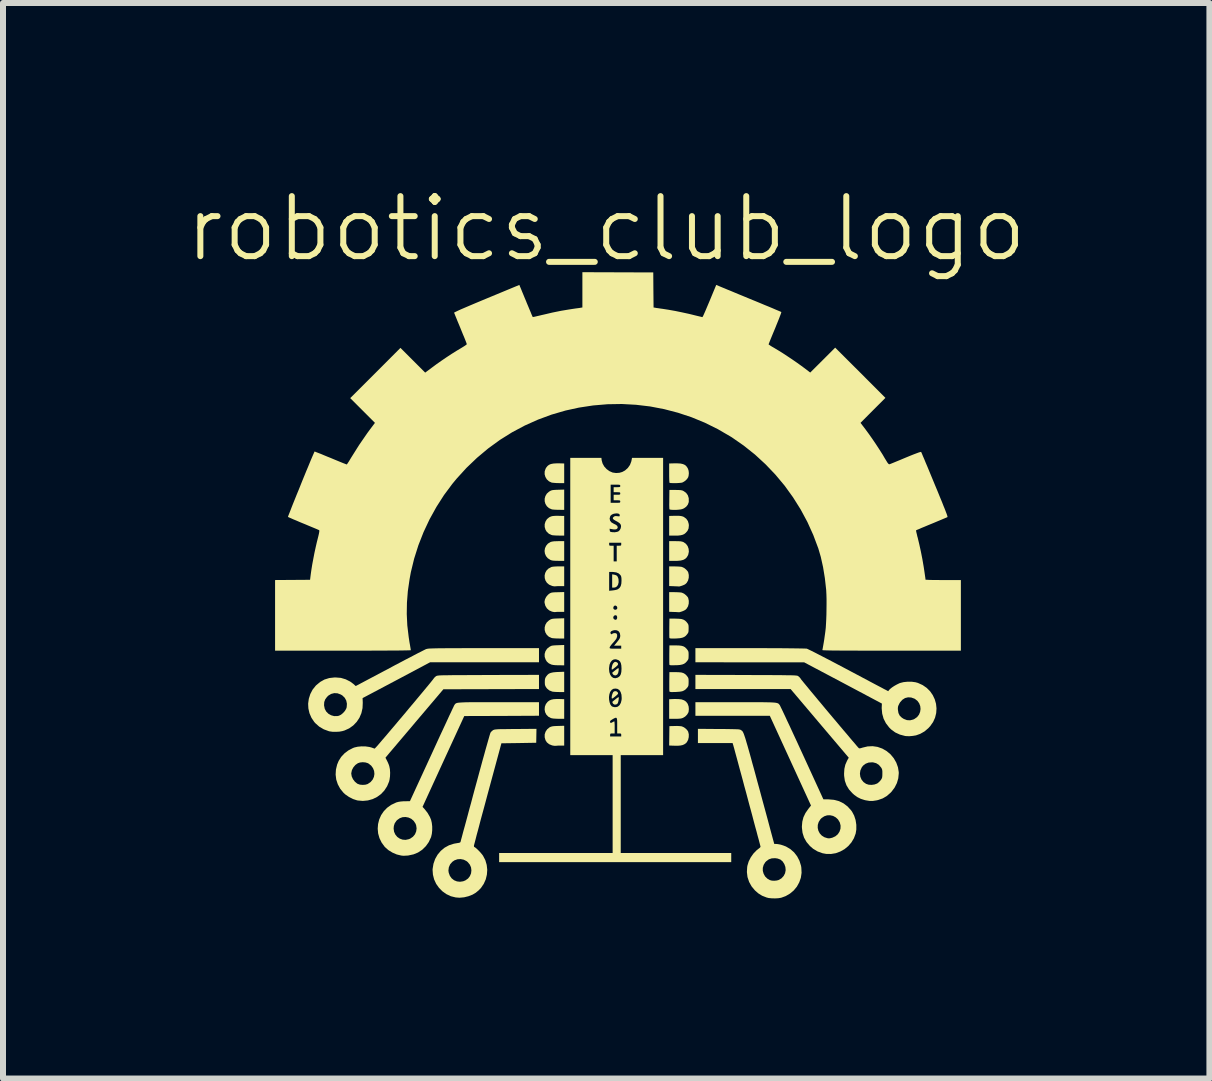
<source format=kicad_pcb>
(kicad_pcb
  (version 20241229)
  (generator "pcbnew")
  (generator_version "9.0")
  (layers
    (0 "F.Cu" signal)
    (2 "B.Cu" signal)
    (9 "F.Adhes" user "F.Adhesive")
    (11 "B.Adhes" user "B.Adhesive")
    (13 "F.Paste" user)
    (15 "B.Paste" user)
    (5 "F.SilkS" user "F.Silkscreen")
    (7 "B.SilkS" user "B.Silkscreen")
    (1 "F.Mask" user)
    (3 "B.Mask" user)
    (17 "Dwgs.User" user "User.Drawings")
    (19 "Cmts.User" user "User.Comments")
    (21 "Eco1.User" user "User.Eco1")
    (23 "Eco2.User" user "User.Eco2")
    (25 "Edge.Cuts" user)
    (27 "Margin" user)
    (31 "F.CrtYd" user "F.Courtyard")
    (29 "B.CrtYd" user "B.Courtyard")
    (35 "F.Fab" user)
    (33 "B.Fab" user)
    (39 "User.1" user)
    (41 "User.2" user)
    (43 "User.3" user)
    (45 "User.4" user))
  (footprint "robotics_club_logo"
    (layer "F.Cu")
    (at 7.35 6.66)
    (property "Reference" "robotics_club_logo" (at -0.3 -5.9 0) (unlocked yes) (layer "F.SilkS") (effects (font (size 1 1) (thickness 0.1))))
    (attr smd)
    (fp_poly (pts (xy -0.165 -0.135) (xy -0.132 -0.125) (xy -0.111 -0.105) (xy -0.098 -0.072) (xy -0.095 -0.058) (xy -0.093 -0.01) (xy -0.102 0.029) (xy -0.12 0.059) (xy -0.147 0.076) (xy -0.171 0.08) (xy -0.201 0.08) (xy -0.201 -0.03) (xy -0.201 -0.141)) (stroke (width 0) (type solid)) (fill yes) (layer "F.SilkS"))
    (fp_poly (pts (xy -0.132 1.807) (xy -0.114 1.819) (xy -0.104 1.833) (xy -0.102 1.845) (xy -0.111 1.859) (xy -0.131 1.878) (xy -0.147 1.891) (xy -0.176 1.914) (xy -0.194 1.926) (xy -0.204 1.928) (xy -0.209 1.92) (xy -0.209 1.911) (xy -0.206 1.882) (xy -0.197 1.852) (xy -0.186 1.826) (xy -0.179 1.816) (xy -0.157 1.805)) (stroke (width 0) (type solid)) (fill yes) (layer "F.SilkS"))
    (fp_poly (pts (xy -0.118 1.327) (xy -0.116 1.329) (xy -0.103 1.345) (xy -0.103 1.361) (xy -0.116 1.38) (xy -0.143 1.403) (xy -0.144 1.404) (xy -0.175 1.428) (xy -0.194 1.442) (xy -0.205 1.446) (xy -0.209 1.44) (xy -0.209 1.424) (xy -0.207 1.408) (xy -0.198 1.368) (xy -0.182 1.339) (xy -0.163 1.321) (xy -0.141 1.317)) (stroke (width 0) (type solid)) (fill yes) (layer "F.SilkS"))
    (fp_poly (pts (xy -0.091 1.912) (xy -0.091 1.93) (xy -0.094 1.955) (xy -0.099 1.98) (xy -0.106 2.002) (xy -0.113 2.014) (xy -0.135 2.028) (xy -0.161 2.029) (xy -0.183 2.017) (xy -0.189 2.009) (xy -0.197 1.992) (xy -0.196 1.981) (xy -0.165 1.956) (xy -0.137 1.933) (xy -0.114 1.916) (xy -0.099 1.906) (xy -0.096 1.904)) (stroke (width 0) (type solid)) (fill yes) (layer "F.SilkS"))
    (fp_poly (pts (xy -0.092 1.429) (xy -0.092 1.447) (xy -0.093 1.462) (xy -0.101 1.503) (xy -0.117 1.53) (xy -0.14 1.542) (xy -0.152 1.543) (xy -0.176 1.536) (xy -0.189 1.522) (xy -0.198 1.506) (xy -0.2 1.498) (xy -0.2 1.498) (xy -0.192 1.492) (xy -0.175 1.478) (xy -0.155 1.462) (xy -0.125 1.438) (xy -0.106 1.425) (xy -0.096 1.422)) (stroke (width 0) (type solid)) (fill yes) (layer "F.SilkS"))
    (fp_poly (pts (xy -1.082 1.936) (xy -1 1.939) (xy -1 2.103) (xy -1 2.266) (xy -1.094 2.266) (xy -1.145 2.264) (xy -1.186 2.261) (xy -1.216 2.255) (xy -1.221 2.254) (xy -1.265 2.23) (xy -1.297 2.197) (xy -1.318 2.156) (xy -1.326 2.111) (xy -1.322 2.064) (xy -1.305 2.02) (xy -1.277 1.984) (xy -1.249 1.962) (xy -1.217 1.948) (xy -1.177 1.939) (xy -1.126 1.936)) (stroke (width 0) (type solid)) (fill yes) (layer "F.SilkS"))
    (fp_poly (pts (xy -1.069 -1.99) (xy -1 -1.988) (xy -1 -1.824) (xy -1 -1.66) (xy -1.09 -1.661) (xy -1.131 -1.662) (xy -1.168 -1.665) (xy -1.198 -1.668) (xy -1.21 -1.67) (xy -1.254 -1.691) (xy -1.289 -1.723) (xy -1.313 -1.763) (xy -1.326 -1.808) (xy -1.325 -1.856) (xy -1.31 -1.901) (xy -1.299 -1.92) (xy -1.277 -1.947) (xy -1.252 -1.966) (xy -1.221 -1.979) (xy -1.18 -1.987) (xy -1.129 -1.99)) (stroke (width 0) (type solid)) (fill yes) (layer "F.SilkS"))
    (fp_poly (pts (xy 0.898 -0.693) (xy 0.931 -0.692) (xy 0.955 -0.688) (xy 0.975 -0.683) (xy 0.991 -0.676) (xy 1.029 -0.649) (xy 1.057 -0.611) (xy 1.073 -0.566) (xy 1.077 -0.518) (xy 1.067 -0.47) (xy 1.061 -0.456) (xy 1.041 -0.423) (xy 1.016 -0.399) (xy 0.984 -0.382) (xy 0.941 -0.371) (xy 0.886 -0.366) (xy 0.845 -0.366) (xy 0.749 -0.366) (xy 0.749 -0.53) (xy 0.749 -0.694) (xy 0.852 -0.694)) (stroke (width 0) (type solid)) (fill yes) (layer "F.SilkS"))
    (fp_poly (pts (xy -1 -0.53) (xy -1 -0.366) (xy -1.099 -0.366) (xy -1.146 -0.367) (xy -1.181 -0.369) (xy -1.206 -0.373) (xy -1.226 -0.38) (xy -1.231 -0.382) (xy -1.273 -0.409) (xy -1.303 -0.445) (xy -1.321 -0.487) (xy -1.327 -0.531) (xy -1.32 -0.576) (xy -1.301 -0.617) (xy -1.271 -0.653) (xy -1.228 -0.679) (xy -1.225 -0.681) (xy -1.2 -0.687) (xy -1.165 -0.692) (xy -1.116 -0.693) (xy -1.097 -0.694) (xy -1 -0.694)) (stroke (width 0) (type solid)) (fill yes) (layer "F.SilkS"))
    (fp_poly (pts (xy -1 1.206) (xy -1 1.375) (xy -1.09 1.374) (xy -1.14 1.373) (xy -1.181 1.369) (xy -1.211 1.363) (xy -1.214 1.362) (xy -1.256 1.342) (xy -1.288 1.314) (xy -1.308 1.282) (xy -1.325 1.234) (xy -1.326 1.186) (xy -1.312 1.139) (xy -1.285 1.098) (xy -1.248 1.068) (xy -1.23 1.058) (xy -1.214 1.05) (xy -1.195 1.046) (xy -1.169 1.043) (xy -1.134 1.041) (xy -1.104 1.04) (xy -1 1.036)) (stroke (width 0) (type solid)) (fill yes) (layer "F.SilkS"))
    (fp_poly (pts (xy 0.903 1.937) (xy 0.956 1.943) (xy 0.998 1.958) (xy 1.03 1.98) (xy 1.055 2.012) (xy 1.06 2.023) (xy 1.073 2.06) (xy 1.077 2.104) (xy 1.073 2.146) (xy 1.068 2.162) (xy 1.047 2.197) (xy 1.015 2.229) (xy 0.98 2.25) (xy 0.961 2.257) (xy 0.937 2.262) (xy 0.905 2.265) (xy 0.861 2.266) (xy 0.848 2.266) (xy 0.749 2.266) (xy 0.749 2.103) (xy 0.749 1.94) (xy 0.835 1.936)) (stroke (width 0) (type solid)) (fill yes) (layer "F.SilkS"))
    (fp_poly (pts (xy -1.097 -1.116) (xy -1.073 -1.115) (xy -1 -1.114) (xy -1 -0.95) (xy -1 -0.786) (xy -1.09 -0.787) (xy -1.131 -0.788) (xy -1.168 -0.79) (xy -1.198 -0.793) (xy -1.21 -0.796) (xy -1.255 -0.817) (xy -1.292 -0.852) (xy -1.311 -0.883) (xy -1.325 -0.93) (xy -1.325 -0.977) (xy -1.311 -1.022) (xy -1.286 -1.062) (xy -1.25 -1.091) (xy -1.24 -1.096) (xy -1.22 -1.105) (xy -1.199 -1.111) (xy -1.174 -1.114) (xy -1.142 -1.116)) (stroke (width 0) (type solid)) (fill yes) (layer "F.SilkS"))
    (fp_poly (pts (xy -1 -1.384) (xy -1 -1.215) (xy -1.09 -1.216) (xy -1.131 -1.217) (xy -1.168 -1.219) (xy -1.198 -1.222) (xy -1.21 -1.225) (xy -1.255 -1.245) (xy -1.289 -1.276) (xy -1.313 -1.315) (xy -1.325 -1.358) (xy -1.325 -1.403) (xy -1.313 -1.446) (xy -1.289 -1.486) (xy -1.252 -1.519) (xy -1.248 -1.521) (xy -1.23 -1.532) (xy -1.214 -1.539) (xy -1.195 -1.544) (xy -1.169 -1.547) (xy -1.134 -1.549) (xy -1.104 -1.55) (xy -1 -1.553)) (stroke (width 0) (type solid)) (fill yes) (layer "F.SilkS"))
    (fp_poly (pts (xy -1 0.76) (xy -1 0.929) (xy -1.09 0.928) (xy -1.131 0.927) (xy -1.168 0.925) (xy -1.198 0.922) (xy -1.21 0.919) (xy -1.255 0.899) (xy -1.289 0.868) (xy -1.313 0.829) (xy -1.325 0.786) (xy -1.325 0.741) (xy -1.313 0.698) (xy -1.289 0.658) (xy -1.252 0.625) (xy -1.248 0.623) (xy -1.23 0.612) (xy -1.214 0.605) (xy -1.195 0.6) (xy -1.169 0.597) (xy -1.134 0.595) (xy -1.104 0.594) (xy -1 0.591)) (stroke (width 0) (type solid)) (fill yes) (layer "F.SilkS"))
    (fp_poly (pts (xy 0.914 -1.116) (xy 0.943 -1.113) (xy 0.966 -1.108) (xy 0.985 -1.101) (xy 0.992 -1.098) (xy 1.033 -1.068) (xy 1.061 -1.028) (xy 1.075 -0.98) (xy 1.077 -0.954) (xy 1.072 -0.905) (xy 1.054 -0.865) (xy 1.024 -0.831) (xy 1 -0.812) (xy 0.973 -0.8) (xy 0.941 -0.792) (xy 0.899 -0.787) (xy 0.844 -0.786) (xy 0.84 -0.786) (xy 0.749 -0.786) (xy 0.749 -0.95) (xy 0.749 -1.114) (xy 0.823 -1.116) (xy 0.875 -1.116)) (stroke (width 0) (type solid)) (fill yes) (layer "F.SilkS"))
    (fp_poly (pts (xy 0.918 2.387) (xy 0.948 2.39) (xy 0.96 2.392) (xy 0.996 2.408) (xy 1.03 2.434) (xy 1.057 2.465) (xy 1.066 2.482) (xy 1.076 2.524) (xy 1.075 2.571) (xy 1.065 2.615) (xy 1.045 2.653) (xy 1.03 2.671) (xy 1.003 2.69) (xy 0.974 2.703) (xy 0.937 2.711) (xy 0.891 2.715) (xy 0.832 2.714) (xy 0.823 2.714) (xy 0.749 2.711) (xy 0.751 2.549) (xy 0.753 2.388) (xy 0.84 2.386) (xy 0.88 2.385)) (stroke (width 0) (type solid)) (fill yes) (layer "F.SilkS"))
    (fp_poly (pts (xy -1 2.547) (xy -1 2.712) (xy -1.058 2.712) (xy -1.091 2.712) (xy -1.121 2.714) (xy -1.139 2.716) (xy -1.163 2.716) (xy -1.192 2.711) (xy -1.202 2.709) (xy -1.251 2.689) (xy -1.288 2.659) (xy -1.311 2.623) (xy -1.325 2.575) (xy -1.325 2.526) (xy -1.31 2.48) (xy -1.283 2.44) (xy -1.245 2.409) (xy -1.239 2.405) (xy -1.221 2.398) (xy -1.2 2.392) (xy -1.172 2.388) (xy -1.133 2.386) (xy -1.103 2.385) (xy -1 2.382)) (stroke (width 0) (type solid)) (fill yes) (layer "F.SilkS"))
    (fp_poly (pts (xy -1 -0.109) (xy -1 0.055) (xy -1.065 0.055) (xy -1.098 0.055) (xy -1.127 0.057) (xy -1.145 0.058) (xy -1.147 0.059) (xy -1.165 0.059) (xy -1.191 0.055) (xy -1.204 0.051) (xy -1.251 0.031) (xy -1.287 0.001) (xy -1.311 -0.036) (xy -1.324 -0.078) (xy -1.326 -0.122) (xy -1.316 -0.165) (xy -1.295 -0.204) (xy -1.262 -0.237) (xy -1.217 -0.261) (xy -1.211 -0.264) (xy -1.19 -0.268) (xy -1.158 -0.271) (xy -1.119 -0.273) (xy -1.091 -0.273) (xy -1 -0.273)) (stroke (width 0) (type solid)) (fill yes) (layer "F.SilkS"))
    (fp_poly (pts (xy -1 1.651) (xy -1 1.82) (xy -1.086 1.82) (xy -1.125 1.819) (xy -1.161 1.817) (xy -1.188 1.814) (xy -1.197 1.813) (xy -1.248 1.793) (xy -1.287 1.761) (xy -1.3 1.743) (xy -1.314 1.72) (xy -1.321 1.697) (xy -1.323 1.668) (xy -1.323 1.652) (xy -1.322 1.618) (xy -1.317 1.593) (xy -1.307 1.571) (xy -1.3 1.561) (xy -1.279 1.534) (xy -1.255 1.514) (xy -1.224 1.501) (xy -1.183 1.492) (xy -1.131 1.487) (xy -1.103 1.486) (xy -1 1.482)) (stroke (width 0) (type solid)) (fill yes) (layer "F.SilkS"))
    (fp_poly (pts (xy -1 0.319) (xy -1 0.484) (xy -1.065 0.484) (xy -1.098 0.484) (xy -1.127 0.485) (xy -1.145 0.487) (xy -1.147 0.487) (xy -1.165 0.488) (xy -1.191 0.483) (xy -1.204 0.48) (xy -1.251 0.459) (xy -1.288 0.426) (xy -1.314 0.383) (xy -1.327 0.333) (xy -1.328 0.314) (xy -1.32 0.275) (xy -1.301 0.236) (xy -1.272 0.201) (xy -1.253 0.185) (xy -1.238 0.175) (xy -1.223 0.168) (xy -1.207 0.163) (xy -1.184 0.16) (xy -1.152 0.158) (xy -1.108 0.157) (xy -1 0.154)) (stroke (width 0) (type solid)) (fill yes) (layer "F.SilkS"))
    (fp_poly (pts (xy 0.84 -0.273) (xy 0.881 -0.272) (xy 0.919 -0.27) (xy 0.949 -0.267) (xy 0.962 -0.264) (xy 0.997 -0.248) (xy 1.03 -0.222) (xy 1.057 -0.192) (xy 1.066 -0.175) (xy 1.076 -0.13) (xy 1.075 -0.083) (xy 1.063 -0.037) (xy 1.04 0.002) (xy 1.021 0.02) (xy 1.004 0.031) (xy 0.979 0.042) (xy 0.951 0.052) (xy 0.927 0.059) (xy 0.911 0.062) (xy 0.909 0.061) (xy 0.899 0.06) (xy 0.877 0.059) (xy 0.845 0.058) (xy 0.827 0.057) (xy 0.749 0.054) (xy 0.749 -0.11) (xy 0.749 -0.273)) (stroke (width 0) (type solid)) (fill yes) (layer "F.SilkS"))
    (fp_poly (pts (xy 0.84 0.156) (xy 0.881 0.157) (xy 0.919 0.159) (xy 0.949 0.162) (xy 0.962 0.165) (xy 0.997 0.181) (xy 1.03 0.207) (xy 1.057 0.237) (xy 1.066 0.254) (xy 1.076 0.299) (xy 1.075 0.346) (xy 1.063 0.392) (xy 1.04 0.43) (xy 1.021 0.449) (xy 1.004 0.459) (xy 0.979 0.471) (xy 0.951 0.481) (xy 0.927 0.488) (xy 0.911 0.491) (xy 0.909 0.49) (xy 0.899 0.489) (xy 0.877 0.488) (xy 0.845 0.486) (xy 0.827 0.486) (xy 0.749 0.483) (xy 0.749 0.319) (xy 0.749 0.156)) (stroke (width 0) (type solid)) (fill yes) (layer "F.SilkS"))
    (fp_poly (pts (xy 0.854 -1.547) (xy 0.9 -1.546) (xy 0.932 -1.545) (xy 0.956 -1.541) (xy 0.975 -1.536) (xy 0.988 -1.529) (xy 1.031 -1.499) (xy 1.06 -1.458) (xy 1.075 -1.41) (xy 1.076 -1.354) (xy 1.073 -1.337) (xy 1.059 -1.301) (xy 1.032 -1.267) (xy 0.996 -1.241) (xy 0.965 -1.228) (xy 0.938 -1.222) (xy 0.903 -1.218) (xy 0.865 -1.215) (xy 0.827 -1.215) (xy 0.793 -1.216) (xy 0.768 -1.219) (xy 0.754 -1.224) (xy 0.753 -1.226) (xy 0.752 -1.237) (xy 0.751 -1.263) (xy 0.75 -1.299) (xy 0.751 -1.344) (xy 0.751 -1.392) (xy 0.753 -1.547)) (stroke (width 0) (type solid)) (fill yes) (layer "F.SilkS"))
    (fp_poly (pts (xy 0.939 -1.987) (xy 0.979 -1.978) (xy 1.01 -1.964) (xy 1.034 -1.944) (xy 1.054 -1.916) (xy 1.063 -1.898) (xy 1.073 -1.866) (xy 1.077 -1.826) (xy 1.073 -1.786) (xy 1.066 -1.759) (xy 1.046 -1.728) (xy 1.015 -1.698) (xy 0.98 -1.676) (xy 0.962 -1.669) (xy 0.941 -1.666) (xy 0.911 -1.663) (xy 0.875 -1.661) (xy 0.838 -1.661) (xy 0.803 -1.661) (xy 0.775 -1.662) (xy 0.758 -1.665) (xy 0.755 -1.666) (xy 0.753 -1.676) (xy 0.751 -1.7) (xy 0.75 -1.735) (xy 0.749 -1.779) (xy 0.749 -1.829) (xy 0.749 -1.83) (xy 0.749 -1.988) (xy 0.823 -1.99) (xy 0.888 -1.99)) (stroke (width 0) (type solid)) (fill yes) (layer "F.SilkS"))
    (fp_poly (pts (xy 0.854 0.597) (xy 0.91 0.599) (xy 0.952 0.603) (xy 0.985 0.613) (xy 1.012 0.628) (xy 1.036 0.65) (xy 1.047 0.664) (xy 1.06 0.681) (xy 1.068 0.697) (xy 1.072 0.717) (xy 1.073 0.747) (xy 1.073 0.761) (xy 1.072 0.795) (xy 1.07 0.818) (xy 1.064 0.835) (xy 1.052 0.852) (xy 1.047 0.859) (xy 1.024 0.885) (xy 0.998 0.903) (xy 0.967 0.915) (xy 0.928 0.923) (xy 0.876 0.927) (xy 0.856 0.928) (xy 0.812 0.929) (xy 0.783 0.928) (xy 0.764 0.926) (xy 0.755 0.922) (xy 0.753 0.919) (xy 0.752 0.907) (xy 0.751 0.882) (xy 0.751 0.845) (xy 0.751 0.8) (xy 0.751 0.752) (xy 0.753 0.597)) (stroke (width 0) (type solid)) (fill yes) (layer "F.SilkS"))
    (fp_poly (pts (xy 0.91 1.044) (xy 0.952 1.049) (xy 0.985 1.058) (xy 1.012 1.073) (xy 1.036 1.096) (xy 1.047 1.109) (xy 1.06 1.127) (xy 1.068 1.143) (xy 1.072 1.163) (xy 1.073 1.192) (xy 1.073 1.207) (xy 1.072 1.241) (xy 1.07 1.264) (xy 1.064 1.281) (xy 1.052 1.298) (xy 1.047 1.305) (xy 1.024 1.33) (xy 0.998 1.349) (xy 0.967 1.361) (xy 0.928 1.369) (xy 0.876 1.373) (xy 0.856 1.373) (xy 0.812 1.374) (xy 0.783 1.374) (xy 0.764 1.372) (xy 0.755 1.368) (xy 0.753 1.365) (xy 0.752 1.353) (xy 0.751 1.327) (xy 0.751 1.291) (xy 0.751 1.246) (xy 0.751 1.198) (xy 0.753 1.043) (xy 0.854 1.043)) (stroke (width 0) (type solid)) (fill yes) (layer "F.SilkS"))
    (fp_poly (pts (xy 0.91 1.49) (xy 0.953 1.494) (xy 0.986 1.504) (xy 1.012 1.519) (xy 1.036 1.541) (xy 1.047 1.554) (xy 1.06 1.572) (xy 1.068 1.588) (xy 1.072 1.609) (xy 1.073 1.638) (xy 1.073 1.652) (xy 1.072 1.686) (xy 1.07 1.709) (xy 1.064 1.726) (xy 1.053 1.743) (xy 1.047 1.75) (xy 1.023 1.776) (xy 0.997 1.794) (xy 0.967 1.807) (xy 0.927 1.814) (xy 0.876 1.818) (xy 0.856 1.819) (xy 0.812 1.82) (xy 0.783 1.82) (xy 0.764 1.817) (xy 0.755 1.813) (xy 0.753 1.81) (xy 0.752 1.799) (xy 0.751 1.773) (xy 0.751 1.736) (xy 0.751 1.691) (xy 0.751 1.644) (xy 0.753 1.488) (xy 0.854 1.488)) (stroke (width 0) (type solid)) (fill yes) (layer "F.SilkS"))
    (fp_poly (pts (xy -1.42 1.207) (xy -1.42 1.324) (xy -2.327 1.324) (xy -3.234 1.324) (xy -3.796 1.623) (xy -4.359 1.921) (xy -4.356 1.999) (xy -4.36 2.088) (xy -4.379 2.172) (xy -4.412 2.249) (xy -4.457 2.317) (xy -4.515 2.377) (xy -4.582 2.425) (xy -4.659 2.46) (xy -4.696 2.471) (xy -4.746 2.48) (xy -4.803 2.483) (xy -4.86 2.482) (xy -4.911 2.475) (xy -4.922 2.472) (xy -5.006 2.441) (xy -5.082 2.396) (xy -5.146 2.339) (xy -5.164 2.319) (xy -5.211 2.249) (xy -5.244 2.173) (xy -5.262 2.094) (xy -5.265 2.039) (xy -5.001 2.039) (xy -5 2.048) (xy -4.989 2.101) (xy -4.964 2.146) (xy -4.928 2.182) (xy -4.883 2.207) (xy -4.833 2.221) (xy -4.778 2.22) (xy -4.754 2.215) (xy -4.719 2.198) (xy -4.684 2.169) (xy -4.653 2.134) (xy -4.631 2.095) (xy -4.624 2.073) (xy -4.62 2.015) (xy -4.631 1.962) (xy -4.656 1.916) (xy -4.696 1.877) (xy -4.723 1.861) (xy -4.777 1.841) (xy -4.831 1.838) (xy -4.882 1.851) (xy -4.929 1.879) (xy -4.952 1.902) (xy -4.982 1.943) (xy -4.998 1.987) (xy -5.001 2.039) (xy -5.265 2.039) (xy -5.266 2.012) (xy -5.255 1.932) (xy -5.23 1.853) (xy -5.192 1.78) (xy -5.139 1.714) (xy -5.132 1.707) (xy -5.066 1.652) (xy -4.995 1.612) (xy -4.915 1.587) (xy -4.828 1.577) (xy -4.808 1.577) (xy -4.721 1.584) (xy -4.64 1.608) (xy -4.565 1.646) (xy -4.512 1.685) (xy -4.473 1.72) (xy -3.907 1.42) (xy -3.816 1.371) (xy -3.728 1.325) (xy -3.645 1.281) (xy -3.567 1.241) (xy -3.497 1.204) (xy -3.436 1.172) (xy -3.384 1.146) (xy -3.343 1.125) (xy -3.315 1.111) (xy -3.3 1.104) (xy -3.299 1.104) (xy -3.292 1.102) (xy -3.283 1.1) (xy -3.271 1.098) (xy -3.256 1.096) (xy -3.237 1.095) (xy -3.212 1.094) (xy -3.181 1.093) (xy -3.142 1.092) (xy -3.096 1.091) (xy -3.039 1.091) (xy -2.973 1.09) (xy -2.895 1.09) (xy -2.806 1.09) (xy -2.703 1.089) (xy -2.586 1.089) (xy -2.454 1.089) (xy -2.339 1.089) (xy -1.42 1.089)) (stroke (width 0) (type solid)) (fill yes) (layer "F.SilkS"))
    (fp_poly (pts (xy 2.085 1.989) (xy 2.18 1.989) (xy 2.261 1.989) (xy 2.33 1.99) (xy 2.387 1.991) (xy 2.435 1.992) (xy 2.473 1.994) (xy 2.504 1.996) (xy 2.527 1.999) (xy 2.545 2.003) (xy 2.558 2.007) (xy 2.568 2.012) (xy 2.576 2.019) (xy 2.582 2.026) (xy 2.588 2.034) (xy 2.591 2.037) (xy 2.597 2.048) (xy 2.609 2.074) (xy 2.628 2.112) (xy 2.652 2.163) (xy 2.681 2.224) (xy 2.714 2.296) (xy 2.752 2.376) (xy 2.793 2.465) (xy 2.837 2.56) (xy 2.884 2.661) (xy 2.932 2.766) (xy 2.964 2.835) (xy 3.318 3.607) (xy 3.402 3.608) (xy 3.495 3.616) (xy 3.579 3.638) (xy 3.654 3.675) (xy 3.721 3.726) (xy 3.78 3.791) (xy 3.796 3.813) (xy 3.831 3.879) (xy 3.855 3.953) (xy 3.867 4.032) (xy 3.867 4.112) (xy 3.856 4.178) (xy 3.827 4.256) (xy 3.785 4.326) (xy 3.732 4.387) (xy 3.67 4.438) (xy 3.6 4.477) (xy 3.525 4.505) (xy 3.446 4.518) (xy 3.366 4.517) (xy 3.305 4.506) (xy 3.222 4.476) (xy 3.147 4.431) (xy 3.094 4.385) (xy 3.037 4.318) (xy 2.996 4.245) (xy 2.971 4.166) (xy 2.961 4.084) (xy 3.224 4.084) (xy 3.235 4.131) (xy 3.258 4.175) (xy 3.292 4.212) (xy 3.335 4.239) (xy 3.386 4.255) (xy 3.411 4.258) (xy 3.429 4.256) (xy 3.455 4.25) (xy 3.47 4.246) (xy 3.519 4.223) (xy 3.559 4.189) (xy 3.587 4.146) (xy 3.603 4.097) (xy 3.605 4.045) (xy 3.592 3.994) (xy 3.591 3.991) (xy 3.562 3.943) (xy 3.524 3.908) (xy 3.48 3.884) (xy 3.431 3.873) (xy 3.381 3.874) (xy 3.333 3.89) (xy 3.289 3.919) (xy 3.27 3.938) (xy 3.24 3.985) (xy 3.225 4.034) (xy 3.224 4.084) (xy 2.961 4.084) (xy 2.961 4.079) (xy 2.96 4.061) (xy 2.967 3.98) (xy 2.986 3.906) (xy 3.02 3.835) (xy 3.069 3.765) (xy 3.07 3.764) (xy 3.112 3.711) (xy 2.769 2.964) (xy 2.426 2.216) (xy 1.806 2.216) (xy 1.186 2.216) (xy 1.186 2.102) (xy 1.186 1.989) (xy 1.851 1.989) (xy 1.976 1.989)) (stroke (width 0) (type solid)) (fill yes) (layer "F.SilkS"))
    (fp_poly (pts (xy -2.089 1.989) (xy -1.42 1.989) (xy -1.42 2.102) (xy -1.42 2.215) (xy -2.043 2.218) (xy -2.665 2.22) (xy -3.013 2.976) (xy -3.36 3.733) (xy -3.328 3.768) (xy -3.278 3.831) (xy -3.238 3.9) (xy -3.218 3.948) (xy -3.206 3.999) (xy -3.199 4.059) (xy -3.199 4.122) (xy -3.205 4.182) (xy -3.217 4.233) (xy -3.218 4.237) (xy -3.256 4.319) (xy -3.306 4.389) (xy -3.366 4.448) (xy -3.436 4.494) (xy -3.515 4.526) (xy -3.518 4.526) (xy -3.601 4.544) (xy -3.678 4.548) (xy -3.716 4.544) (xy -3.79 4.526) (xy -3.862 4.495) (xy -3.929 4.454) (xy -3.984 4.405) (xy -3.991 4.398) (xy -4.042 4.328) (xy -4.078 4.254) (xy -4.1 4.176) (xy -4.107 4.097) (xy -4.107 4.095) (xy -3.842 4.095) (xy -3.834 4.149) (xy -3.813 4.195) (xy -3.781 4.234) (xy -3.74 4.262) (xy -3.693 4.279) (xy -3.642 4.283) (xy -3.59 4.272) (xy -3.565 4.262) (xy -3.52 4.231) (xy -3.486 4.19) (xy -3.466 4.142) (xy -3.459 4.091) (xy -3.467 4.039) (xy -3.478 4.011) (xy -3.508 3.966) (xy -3.548 3.932) (xy -3.594 3.911) (xy -3.643 3.902) (xy -3.693 3.905) (xy -3.74 3.922) (xy -3.782 3.952) (xy -3.796 3.966) (xy -3.824 4.008) (xy -3.838 4.052) (xy -3.842 4.095) (xy -4.107 4.095) (xy -4.101 4.019) (xy -4.082 3.943) (xy -4.05 3.871) (xy -4.006 3.806) (xy -3.95 3.748) (xy -3.883 3.7) (xy -3.805 3.663) (xy -3.799 3.66) (xy -3.763 3.65) (xy -3.725 3.644) (xy -3.679 3.64) (xy -3.657 3.64) (xy -3.57 3.638) (xy -3.207 2.849) (xy -3.157 2.74) (xy -3.109 2.635) (xy -3.063 2.535) (xy -3.019 2.441) (xy -2.979 2.355) (xy -2.943 2.277) (xy -2.911 2.207) (xy -2.883 2.149) (xy -2.861 2.101) (xy -2.844 2.066) (xy -2.834 2.044) (xy -2.83 2.038) (xy -2.824 2.029) (xy -2.819 2.021) (xy -2.812 2.015) (xy -2.804 2.009) (xy -2.793 2.004) (xy -2.777 2) (xy -2.756 1.997) (xy -2.729 1.995) (xy -2.694 1.993) (xy -2.651 1.991) (xy -2.598 1.99) (xy -2.534 1.989) (xy -2.459 1.989) (xy -2.37 1.989) (xy -2.267 1.989) (xy -2.149 1.989)) (stroke (width 0) (type solid)) (fill yes) (layer "F.SilkS"))
    (fp_poly (pts (xy 2.096 1.089) (xy 2.241 1.089) (xy 2.376 1.089) (xy 2.501 1.09) (xy 2.614 1.09) (xy 2.716 1.091) (xy 2.805 1.092) (xy 2.882 1.093) (xy 2.944 1.094) (xy 2.992 1.095) (xy 3.024 1.096) (xy 3.041 1.097) (xy 3.042 1.097) (xy 3.055 1.103) (xy 3.081 1.115) (xy 3.12 1.134) (xy 3.17 1.159) (xy 3.23 1.19) (xy 3.3 1.226) (xy 3.377 1.266) (xy 3.46 1.309) (xy 3.549 1.356) (xy 3.642 1.405) (xy 3.689 1.43) (xy 3.785 1.481) (xy 3.876 1.529) (xy 3.964 1.576) (xy 4.045 1.619) (xy 4.12 1.659) (xy 4.186 1.694) (xy 4.243 1.724) (xy 4.289 1.748) (xy 4.324 1.767) (xy 4.345 1.778) (xy 4.35 1.78) (xy 4.399 1.806) (xy 4.411 1.788) (xy 4.431 1.768) (xy 4.462 1.743) (xy 4.5 1.718) (xy 4.541 1.695) (xy 4.58 1.676) (xy 4.594 1.67) (xy 4.653 1.655) (xy 4.72 1.648) (xy 4.789 1.648) (xy 4.854 1.657) (xy 4.893 1.668) (xy 4.972 1.704) (xy 5.04 1.751) (xy 5.096 1.807) (xy 5.141 1.872) (xy 5.174 1.942) (xy 5.195 2.016) (xy 5.203 2.093) (xy 5.198 2.17) (xy 5.179 2.247) (xy 5.146 2.32) (xy 5.098 2.388) (xy 5.067 2.422) (xy 5.002 2.477) (xy 4.931 2.517) (xy 4.861 2.542) (xy 4.806 2.551) (xy 4.75 2.556) (xy 4.699 2.554) (xy 4.68 2.552) (xy 4.593 2.529) (xy 4.515 2.493) (xy 4.447 2.443) (xy 4.414 2.41) (xy 4.36 2.34) (xy 4.321 2.263) (xy 4.298 2.18) (xy 4.29 2.093) (xy 4.29 2.089) (xy 4.559 2.089) (xy 4.56 2.116) (xy 4.569 2.17) (xy 4.59 2.213) (xy 4.625 2.247) (xy 4.658 2.268) (xy 4.711 2.288) (xy 4.763 2.291) (xy 4.815 2.278) (xy 4.836 2.268) (xy 4.88 2.237) (xy 4.911 2.197) (xy 4.93 2.151) (xy 4.937 2.102) (xy 4.932 2.054) (xy 4.914 2.007) (xy 4.885 1.967) (xy 4.843 1.934) (xy 4.835 1.93) (xy 4.781 1.911) (xy 4.729 1.908) (xy 4.679 1.92) (xy 4.635 1.948) (xy 4.597 1.99) (xy 4.585 2.01) (xy 4.57 2.04) (xy 4.562 2.063) (xy 4.559 2.089) (xy 4.29 2.089) (xy 4.29 2.078) (xy 4.293 2.012) (xy 3.646 1.668) (xy 2.998 1.325) (xy 2.092 1.325) (xy 1.186 1.324) (xy 1.186 1.207) (xy 1.186 1.089)) (stroke (width 0) (type solid)) (fill yes) (layer "F.SilkS"))
    (fp_poly (pts (xy 2.029 1.536) (xy 2.167 1.537) (xy 2.289 1.537) (xy 2.396 1.537) (xy 2.489 1.538) (xy 2.57 1.538) (xy 2.639 1.539) (xy 2.696 1.54) (xy 2.744 1.54) (xy 2.784 1.541) (xy 2.815 1.542) (xy 2.84 1.543) (xy 2.858 1.545) (xy 2.872 1.546) (xy 2.883 1.548) (xy 2.89 1.55) (xy 2.895 1.553) (xy 2.899 1.555) (xy 2.92 1.573) (xy 2.94 1.597) (xy 2.944 1.605) (xy 2.952 1.615) (xy 2.969 1.636) (xy 2.995 1.668) (xy 3.029 1.709) (xy 3.07 1.759) (xy 3.117 1.816) (xy 3.169 1.878) (xy 3.225 1.946) (xy 3.285 2.017) (xy 3.346 2.091) (xy 3.409 2.166) (xy 3.472 2.241) (xy 3.535 2.315) (xy 3.596 2.388) (xy 3.654 2.457) (xy 3.709 2.521) (xy 3.759 2.581) (xy 3.803 2.633) (xy 3.842 2.678) (xy 3.872 2.714) (xy 3.895 2.74) (xy 3.907 2.753) (xy 3.915 2.758) (xy 3.928 2.758) (xy 3.949 2.753) (xy 3.971 2.746) (xy 4.055 2.726) (xy 4.139 2.722) (xy 4.221 2.734) (xy 4.3 2.762) (xy 4.374 2.805) (xy 4.437 2.858) (xy 4.491 2.923) (xy 4.533 2.996) (xy 4.561 3.074) (xy 4.574 3.155) (xy 4.574 3.178) (xy 4.566 3.258) (xy 4.543 3.337) (xy 4.505 3.412) (xy 4.454 3.48) (xy 4.437 3.498) (xy 4.374 3.553) (xy 4.307 3.592) (xy 4.233 3.618) (xy 4.209 3.624) (xy 4.144 3.634) (xy 4.085 3.634) (xy 4.024 3.624) (xy 4.006 3.62) (xy 3.941 3.599) (xy 3.885 3.571) (xy 3.833 3.534) (xy 3.802 3.506) (xy 3.745 3.443) (xy 3.703 3.374) (xy 3.676 3.299) (xy 3.664 3.216) (xy 3.663 3.18) (xy 3.927 3.18) (xy 3.934 3.232) (xy 3.954 3.279) (xy 3.987 3.32) (xy 4.03 3.35) (xy 4.073 3.364) (xy 4.122 3.367) (xy 4.171 3.36) (xy 4.214 3.344) (xy 4.22 3.34) (xy 4.247 3.318) (xy 4.272 3.29) (xy 4.278 3.282) (xy 4.29 3.262) (xy 4.297 3.243) (xy 4.3 3.219) (xy 4.301 3.186) (xy 4.301 3.178) (xy 4.301 3.142) (xy 4.298 3.117) (xy 4.292 3.098) (xy 4.281 3.079) (xy 4.278 3.075) (xy 4.242 3.033) (xy 4.199 3.006) (xy 4.147 2.992) (xy 4.13 2.991) (xy 4.072 2.995) (xy 4.022 3.014) (xy 3.98 3.046) (xy 3.957 3.076) (xy 3.934 3.128) (xy 3.927 3.18) (xy 3.663 3.18) (xy 3.663 3.178) (xy 3.668 3.1) (xy 3.684 3.03) (xy 3.713 2.964) (xy 3.721 2.949) (xy 3.741 2.914) (xy 3.256 2.342) (xy 2.772 1.77) (xy 1.979 1.77) (xy 1.186 1.77) (xy 1.186 1.652) (xy 1.186 1.534)) (stroke (width 0) (type solid)) (fill yes) (layer "F.SilkS"))
    (fp_poly (pts (xy -1.464 2.549) (xy -1.466 2.665) (xy -1.756 2.67) (xy -2.046 2.674) (xy -2.275 3.519) (xy -2.306 3.635) (xy -2.336 3.747) (xy -2.365 3.853) (xy -2.392 3.952) (xy -2.416 4.045) (xy -2.438 4.128) (xy -2.458 4.201) (xy -2.474 4.264) (xy -2.487 4.314) (xy -2.497 4.352) (xy -2.503 4.375) (xy -2.504 4.383) (xy -2.502 4.397) (xy -2.497 4.402) (xy -2.485 4.408) (xy -2.465 4.424) (xy -2.44 4.447) (xy -2.413 4.474) (xy -2.387 4.503) (xy -2.364 4.531) (xy -2.352 4.548) (xy -2.314 4.621) (xy -2.291 4.7) (xy -2.282 4.781) (xy -2.288 4.862) (xy -2.307 4.941) (xy -2.34 5.015) (xy -2.386 5.083) (xy -2.424 5.123) (xy -2.475 5.165) (xy -2.528 5.196) (xy -2.59 5.22) (xy -2.591 5.221) (xy -2.668 5.24) (xy -2.745 5.247) (xy -2.808 5.242) (xy -2.889 5.222) (xy -2.963 5.187) (xy -3.029 5.14) (xy -3.086 5.082) (xy -3.133 5.016) (xy -3.167 4.942) (xy -3.187 4.863) (xy -3.192 4.794) (xy -2.929 4.794) (xy -2.924 4.83) (xy -2.905 4.882) (xy -2.875 4.924) (xy -2.834 4.956) (xy -2.787 4.975) (xy -2.736 4.981) (xy -2.683 4.973) (xy -2.646 4.958) (xy -2.602 4.927) (xy -2.571 4.887) (xy -2.552 4.841) (xy -2.546 4.792) (xy -2.552 4.742) (xy -2.572 4.696) (xy -2.606 4.654) (xy -2.627 4.637) (xy -2.674 4.613) (xy -2.726 4.603) (xy -2.778 4.606) (xy -2.828 4.624) (xy -2.863 4.648) (xy -2.9 4.69) (xy -2.922 4.74) (xy -2.929 4.794) (xy -3.192 4.794) (xy -3.193 4.781) (xy -3.192 4.767) (xy -3.178 4.681) (xy -3.15 4.601) (xy -3.109 4.529) (xy -3.056 4.466) (xy -2.992 4.413) (xy -2.919 4.373) (xy -2.838 4.347) (xy -2.782 4.337) (xy -2.75 4.332) (xy -2.733 4.325) (xy -2.728 4.318) (xy -2.725 4.309) (xy -2.719 4.284) (xy -2.708 4.245) (xy -2.694 4.192) (xy -2.677 4.128) (xy -2.656 4.053) (xy -2.633 3.968) (xy -2.608 3.875) (xy -2.581 3.773) (xy -2.551 3.665) (xy -2.521 3.551) (xy -2.489 3.432) (xy -2.484 3.414) (xy -2.451 3.294) (xy -2.42 3.179) (xy -2.39 3.069) (xy -2.362 2.966) (xy -2.335 2.87) (xy -2.311 2.782) (xy -2.289 2.705) (xy -2.27 2.638) (xy -2.254 2.582) (xy -2.242 2.54) (xy -2.233 2.512) (xy -2.229 2.498) (xy -2.228 2.497) (xy -2.211 2.476) (xy -2.188 2.457) (xy -2.185 2.455) (xy -2.177 2.451) (xy -2.168 2.448) (xy -2.157 2.445) (xy -2.141 2.443) (xy -2.119 2.441) (xy -2.089 2.439) (xy -2.05 2.438) (xy -2.001 2.438) (xy -1.938 2.437) (xy -1.862 2.436) (xy -1.809 2.436) (xy -1.462 2.433)) (stroke (width 0) (type solid)) (fill yes) (layer "F.SilkS"))
    (fp_poly (pts (xy -1.42 1.652) (xy -1.42 1.77) (xy -2.216 1.772) (xy -3.013 1.774) (xy -3.419 2.253) (xy -3.487 2.333) (xy -3.553 2.412) (xy -3.617 2.487) (xy -3.677 2.558) (xy -3.733 2.624) (xy -3.783 2.683) (xy -3.826 2.734) (xy -3.861 2.775) (xy -3.887 2.806) (xy -3.902 2.823) (xy -3.978 2.914) (xy -3.953 2.962) (xy -3.936 2.997) (xy -3.921 3.034) (xy -3.914 3.056) (xy -3.904 3.105) (xy -3.9 3.163) (xy -3.902 3.224) (xy -3.91 3.28) (xy -3.917 3.31) (xy -3.95 3.389) (xy -3.996 3.46) (xy -4.052 3.52) (xy -4.118 3.568) (xy -4.192 3.604) (xy -4.271 3.626) (xy -4.354 3.634) (xy -4.439 3.627) (xy -4.453 3.624) (xy -4.52 3.602) (xy -4.586 3.568) (xy -4.648 3.525) (xy -4.678 3.497) (xy -4.732 3.431) (xy -4.772 3.357) (xy -4.798 3.278) (xy -4.808 3.196) (xy -4.807 3.178) (xy -4.548 3.178) (xy -4.54 3.226) (xy -4.519 3.272) (xy -4.487 3.314) (xy -4.448 3.346) (xy -4.44 3.35) (xy -4.403 3.363) (xy -4.358 3.367) (xy -4.313 3.364) (xy -4.275 3.353) (xy -4.272 3.351) (xy -4.225 3.319) (xy -4.191 3.279) (xy -4.17 3.233) (xy -4.162 3.185) (xy -4.167 3.135) (xy -4.185 3.089) (xy -4.215 3.047) (xy -4.259 3.012) (xy -4.272 3.005) (xy -4.311 2.993) (xy -4.357 2.989) (xy -4.403 2.994) (xy -4.438 3.006) (xy -4.479 3.035) (xy -4.513 3.075) (xy -4.537 3.121) (xy -4.547 3.169) (xy -4.548 3.178) (xy -4.807 3.178) (xy -4.803 3.111) (xy -4.783 3.028) (xy -4.758 2.968) (xy -4.716 2.901) (xy -4.661 2.842) (xy -4.595 2.792) (xy -4.52 2.753) (xy -4.497 2.744) (xy -4.441 2.731) (xy -4.376 2.725) (xy -4.31 2.726) (xy -4.247 2.735) (xy -4.212 2.744) (xy -4.158 2.763) (xy -4.135 2.739) (xy -4.122 2.725) (xy -4.099 2.699) (xy -4.068 2.663) (xy -4.03 2.618) (xy -3.985 2.566) (xy -3.934 2.506) (xy -3.88 2.442) (xy -3.821 2.373) (xy -3.761 2.301) (xy -3.698 2.227) (xy -3.635 2.152) (xy -3.573 2.077) (xy -3.511 2.004) (xy -3.453 1.934) (xy -3.397 1.867) (xy -3.346 1.806) (xy -3.3 1.75) (xy -3.26 1.702) (xy -3.228 1.663) (xy -3.203 1.632) (xy -3.188 1.613) (xy -3.183 1.606) (xy -3.164 1.581) (xy -3.141 1.56) (xy -3.135 1.556) (xy -3.13 1.553) (xy -3.125 1.551) (xy -3.117 1.548) (xy -3.107 1.547) (xy -3.094 1.545) (xy -3.075 1.543) (xy -3.051 1.542) (xy -3.021 1.541) (xy -2.983 1.54) (xy -2.936 1.54) (xy -2.879 1.539) (xy -2.812 1.538) (xy -2.733 1.538) (xy -2.642 1.538) (xy -2.536 1.537) (xy -2.417 1.537) (xy -2.281 1.536) (xy -2.263 1.536) (xy -1.42 1.534)) (stroke (width 0) (type solid)) (fill yes) (layer "F.SilkS"))
    (fp_poly (pts (xy 1.577 2.436) (xy 1.662 2.436) (xy 1.733 2.437) (xy 1.79 2.438) (xy 1.835 2.439) (xy 1.87 2.44) (xy 1.895 2.441) (xy 1.914 2.443) (xy 1.927 2.446) (xy 1.937 2.449) (xy 1.944 2.452) (xy 1.948 2.456) (xy 1.954 2.46) (xy 1.959 2.463) (xy 1.964 2.467) (xy 1.968 2.472) (xy 1.973 2.478) (xy 1.979 2.487) (xy 1.984 2.499) (xy 1.991 2.514) (xy 1.998 2.533) (xy 2.006 2.557) (xy 2.016 2.586) (xy 2.027 2.622) (xy 2.039 2.664) (xy 2.054 2.714) (xy 2.07 2.771) (xy 2.089 2.838) (xy 2.11 2.913) (xy 2.133 2.999) (xy 2.16 3.095) (xy 2.189 3.202) (xy 2.221 3.321) (xy 2.257 3.452) (xy 2.296 3.597) (xy 2.339 3.755) (xy 2.386 3.928) (xy 2.436 4.116) (xy 2.482 4.286) (xy 2.5 4.351) (xy 2.531 4.351) (xy 2.556 4.353) (xy 2.589 4.359) (xy 2.612 4.364) (xy 2.694 4.393) (xy 2.767 4.436) (xy 2.83 4.491) (xy 2.881 4.557) (xy 2.92 4.632) (xy 2.946 4.715) (xy 2.951 4.747) (xy 2.955 4.832) (xy 2.943 4.914) (xy 2.916 4.991) (xy 2.877 5.062) (xy 2.825 5.125) (xy 2.762 5.178) (xy 2.69 5.22) (xy 2.616 5.247) (xy 2.57 5.255) (xy 2.516 5.258) (xy 2.46 5.257) (xy 2.408 5.252) (xy 2.372 5.243) (xy 2.298 5.214) (xy 2.235 5.175) (xy 2.178 5.125) (xy 2.122 5.058) (xy 2.081 4.984) (xy 2.054 4.903) (xy 2.044 4.819) (xy 2.048 4.749) (xy 2.309 4.749) (xy 2.309 4.8) (xy 2.323 4.848) (xy 2.348 4.893) (xy 2.386 4.93) (xy 2.426 4.953) (xy 2.46 4.962) (xy 2.501 4.964) (xy 2.542 4.96) (xy 2.572 4.952) (xy 2.62 4.924) (xy 2.656 4.885) (xy 2.68 4.839) (xy 2.69 4.787) (xy 2.685 4.734) (xy 2.668 4.687) (xy 2.639 4.642) (xy 2.602 4.611) (xy 2.556 4.594) (xy 2.515 4.588) (xy 2.458 4.591) (xy 2.41 4.607) (xy 2.368 4.638) (xy 2.351 4.655) (xy 2.323 4.7) (xy 2.309 4.749) (xy 2.048 4.749) (xy 2.049 4.733) (xy 2.053 4.711) (xy 2.074 4.642) (xy 2.108 4.575) (xy 2.152 4.512) (xy 2.203 4.459) (xy 2.234 4.434) (xy 2.255 4.418) (xy 2.268 4.404) (xy 2.271 4.397) (xy 2.269 4.388) (xy 2.263 4.364) (xy 2.253 4.326) (xy 2.24 4.276) (xy 2.223 4.215) (xy 2.205 4.145) (xy 2.183 4.066) (xy 2.16 3.98) (xy 2.136 3.888) (xy 2.11 3.791) (xy 2.083 3.692) (xy 2.056 3.59) (xy 2.029 3.488) (xy 2.001 3.387) (xy 1.975 3.288) (xy 1.949 3.192) (xy 1.924 3.101) (xy 1.901 3.015) (xy 1.88 2.937) (xy 1.861 2.868) (xy 1.845 2.809) (xy 1.832 2.76) (xy 1.822 2.725) (xy 1.816 2.703) (xy 1.815 2.701) (xy 1.806 2.67) (xy 1.517 2.67) (xy 1.228 2.67) (xy 1.228 2.551) (xy 1.228 2.433)) (stroke (width 0) (type solid)) (fill yes) (layer "F.SilkS"))
    (fp_poly (pts (xy -0.376 -2.043) (xy -0.361 -1.989) (xy -0.333 -1.938) (xy -0.294 -1.895) (xy -0.246 -1.86) (xy -0.193 -1.837) (xy -0.136 -1.829) (xy -0.134 -1.829) (xy -0.079 -1.833) (xy -0.032 -1.847) (xy 0.014 -1.872) (xy 0.015 -1.873) (xy 0.06 -1.913) (xy 0.096 -1.964) (xy 0.118 -2.022) (xy 0.12 -2.031) (xy 0.13 -2.081) (xy 0.389 -2.081) (xy 0.648 -2.081) (xy 0.648 0.395) (xy 0.648 2.871) (xy 0.295 2.871) (xy -0.058 2.871) (xy -0.058 3.687) (xy -0.058 4.502) (xy 0.863 4.502) (xy 1.783 4.502) (xy 1.783 4.578) (xy 1.783 4.654) (xy -0.151 4.654) (xy -2.084 4.654) (xy -2.084 4.578) (xy -2.084 4.502) (xy -1.138 4.502) (xy -0.193 4.502) (xy -0.193 3.687) (xy -0.193 2.871) (xy -0.546 2.871) (xy -0.899 2.871) (xy -0.899 2.317) (xy -0.236 2.317) (xy -0.229 2.335) (xy -0.22 2.335) (xy -0.204 2.327) (xy -0.199 2.325) (xy -0.179 2.314) (xy -0.167 2.308) (xy -0.165 2.308) (xy -0.163 2.316) (xy -0.161 2.337) (xy -0.159 2.369) (xy -0.159 2.408) (xy -0.159 2.409) (xy -0.159 2.51) (xy -0.197 2.51) (xy -0.22 2.511) (xy -0.231 2.515) (xy -0.234 2.526) (xy -0.235 2.535) (xy -0.235 2.56) (xy -0.142 2.56) (xy -0.05 2.56) (xy -0.05 2.535) (xy -0.051 2.519) (xy -0.058 2.512) (xy -0.076 2.51) (xy -0.083 2.51) (xy -0.117 2.51) (xy -0.117 2.379) (xy -0.117 2.326) (xy -0.118 2.288) (xy -0.122 2.263) (xy -0.13 2.25) (xy -0.142 2.248) (xy -0.161 2.255) (xy -0.186 2.268) (xy -0.197 2.275) (xy -0.223 2.291) (xy -0.235 2.304) (xy -0.236 2.317) (xy -0.899 2.317) (xy -0.899 1.903) (xy -0.254 1.903) (xy -0.252 1.947) (xy -0.244 1.99) (xy -0.231 2.027) (xy -0.212 2.053) (xy -0.199 2.062) (xy -0.169 2.071) (xy -0.135 2.071) (xy -0.106 2.063) (xy -0.106 2.063) (xy -0.077 2.038) (xy -0.056 2) (xy -0.044 1.952) (xy -0.042 1.921) (xy -0.046 1.864) (xy -0.06 1.819) (xy -0.082 1.786) (xy -0.113 1.767) (xy -0.144 1.762) (xy -0.18 1.766) (xy -0.208 1.783) (xy -0.231 1.813) (xy -0.236 1.822) (xy -0.248 1.86) (xy -0.254 1.903) (xy -0.899 1.903) (xy -0.899 1.435) (xy -0.253 1.435) (xy -0.248 1.488) (xy -0.233 1.532) (xy -0.211 1.564) (xy -0.183 1.584) (xy -0.149 1.59) (xy -0.112 1.581) (xy -0.094 1.571) (xy -0.072 1.552) (xy -0.057 1.524) (xy -0.048 1.485) (xy -0.045 1.433) (xy -0.045 1.429) (xy -0.048 1.377) (xy -0.056 1.339) (xy -0.07 1.311) (xy -0.091 1.292) (xy -0.1 1.287) (xy -0.138 1.274) (xy -0.174 1.277) (xy -0.204 1.294) (xy -0.228 1.324) (xy -0.245 1.365) (xy -0.252 1.417) (xy -0.253 1.435) (xy -0.899 1.435) (xy -0.899 1.08) (xy -0.243 1.08) (xy -0.242 1.087) (xy -0.238 1.092) (xy -0.227 1.095) (xy -0.207 1.097) (xy -0.174 1.097) (xy -0.146 1.097) (xy -0.05 1.097) (xy -0.05 1.072) (xy -0.05 1.047) (xy -0.11 1.047) (xy -0.169 1.047) (xy -0.132 1.003) (xy -0.104 0.968) (xy -0.085 0.943) (xy -0.074 0.923) (xy -0.068 0.904) (xy -0.066 0.883) (xy -0.066 0.878) (xy -0.073 0.838) (xy -0.092 0.809) (xy -0.121 0.792) (xy -0.157 0.788) (xy -0.187 0.794) (xy -0.216 0.807) (xy -0.23 0.823) (xy -0.228 0.841) (xy -0.226 0.845) (xy -0.218 0.857) (xy -0.208 0.856) (xy -0.199 0.849) (xy -0.174 0.839) (xy -0.148 0.838) (xy -0.128 0.846) (xy -0.127 0.847) (xy -0.118 0.866) (xy -0.118 0.893) (xy -0.127 0.922) (xy -0.133 0.934) (xy -0.146 0.952) (xy -0.167 0.978) (xy -0.191 1.005) (xy -0.196 1.01) (xy -0.218 1.037) (xy -0.235 1.06) (xy -0.243 1.077) (xy -0.243 1.08) (xy -0.899 1.08) (xy -0.899 0.567) (xy -0.182 0.567) (xy -0.182 0.589) (xy -0.171 0.605) (xy -0.151 0.617) (xy -0.132 0.613) (xy -0.127 0.608) (xy -0.118 0.59) (xy -0.118 0.567) (xy -0.126 0.548) (xy -0.132 0.543) (xy -0.151 0.54) (xy -0.166 0.547) (xy -0.182 0.567) (xy -0.899 0.567) (xy -0.899 0.423) (xy -0.182 0.423) (xy -0.176 0.437) (xy -0.158 0.449) (xy -0.137 0.448) (xy -0.121 0.437) (xy -0.117 0.431) (xy -0.116 0.408) (xy -0.127 0.388) (xy -0.147 0.379) (xy -0.151 0.378) (xy -0.169 0.386) (xy -0.18 0.403) (xy -0.182 0.423) (xy -0.899 0.423) (xy -0.899 0.395) (xy -0.899 -0.024) (xy -0.251 -0.024) (xy -0.251 0.133) (xy -0.191 0.127) (xy -0.157 0.122) (xy -0.126 0.115) (xy -0.105 0.107) (xy -0.077 0.084) (xy -0.058 0.054) (xy -0.048 0.014) (xy -0.045 -0.035) (xy -0.046 -0.072) (xy -0.049 -0.098) (xy -0.055 -0.116) (xy -0.063 -0.128) (xy -0.092 -0.156) (xy -0.131 -0.173) (xy -0.181 -0.18) (xy -0.195 -0.181) (xy -0.251 -0.181) (xy -0.251 -0.024) (xy -0.899 -0.024) (xy -0.899 -0.643) (xy -0.251 -0.643) (xy -0.25 -0.628) (xy -0.244 -0.62) (xy -0.228 -0.618) (xy -0.214 -0.618) (xy -0.176 -0.618) (xy -0.176 -0.488) (xy -0.176 -0.357) (xy -0.151 -0.357) (xy -0.125 -0.357) (xy -0.125 -0.488) (xy -0.125 -0.618) (xy -0.087 -0.618) (xy -0.064 -0.619) (xy -0.053 -0.623) (xy -0.05 -0.634) (xy -0.05 -0.643) (xy -0.05 -0.668) (xy -0.151 -0.668) (xy -0.251 -0.668) (xy -0.251 -0.643) (xy -0.899 -0.643) (xy -0.899 -0.901) (xy -0.244 -0.901) (xy -0.241 -0.875) (xy -0.238 -0.858) (xy -0.228 -0.849) (xy -0.207 -0.845) (xy -0.205 -0.844) (xy -0.158 -0.842) (xy -0.117 -0.849) (xy -0.093 -0.859) (xy -0.073 -0.88) (xy -0.058 -0.91) (xy -0.053 -0.941) (xy -0.054 -0.954) (xy -0.063 -0.978) (xy -0.083 -0.998) (xy -0.115 -1.019) (xy -0.136 -1.03) (xy -0.169 -1.049) (xy -0.187 -1.065) (xy -0.19 -1.081) (xy -0.178 -1.097) (xy -0.176 -1.098) (xy -0.16 -1.109) (xy -0.141 -1.112) (xy -0.115 -1.11) (xy -0.091 -1.107) (xy -0.079 -1.108) (xy -0.075 -1.116) (xy -0.075 -1.125) (xy -0.079 -1.142) (xy -0.092 -1.151) (xy -0.117 -1.156) (xy -0.135 -1.156) (xy -0.173 -1.151) (xy -0.206 -1.137) (xy -0.229 -1.117) (xy -0.233 -1.109) (xy -0.243 -1.071) (xy -0.236 -1.037) (xy -0.215 -1.008) (xy -0.178 -0.986) (xy -0.174 -0.984) (xy -0.138 -0.966) (xy -0.116 -0.948) (xy -0.109 -0.927) (xy -0.108 -0.923) (xy -0.116 -0.903) (xy -0.136 -0.891) (xy -0.17 -0.889) (xy -0.197 -0.893) (xy -0.244 -0.901) (xy -0.899 -0.901) (xy -0.899 -1.484) (xy -0.226 -1.484) (xy -0.226 -1.333) (xy -0.146 -1.333) (xy -0.109 -1.333) (xy -0.086 -1.334) (xy -0.073 -1.336) (xy -0.068 -1.342) (xy -0.066 -1.35) (xy -0.066 -1.354) (xy -0.067 -1.365) (xy -0.073 -1.371) (xy -0.086 -1.374) (xy -0.112 -1.375) (xy -0.121 -1.375) (xy -0.176 -1.375) (xy -0.176 -1.421) (xy -0.176 -1.467) (xy -0.121 -1.467) (xy -0.092 -1.467) (xy -0.075 -1.47) (xy -0.068 -1.475) (xy -0.066 -1.485) (xy -0.066 -1.488) (xy -0.067 -1.499) (xy -0.073 -1.506) (xy -0.086 -1.508) (xy -0.112 -1.509) (xy -0.121 -1.509) (xy -0.176 -1.509) (xy -0.176 -1.551) (xy -0.176 -1.593) (xy -0.121 -1.593) (xy -0.092 -1.594) (xy -0.075 -1.596) (xy -0.068 -1.601) (xy -0.066 -1.611) (xy -0.066 -1.614) (xy -0.067 -1.624) (xy -0.071 -1.63) (xy -0.081 -1.633) (xy -0.101 -1.635) (xy -0.133 -1.635) (xy -0.146 -1.635) (xy -0.226 -1.635) (xy -0.226 -1.484) (xy -0.899 -1.484) (xy -0.899 -2.081) (xy -0.639 -2.081) (xy -0.38 -2.081)) (stroke (width 0) (type solid)) (fill yes) (layer "F.SilkS"))
    (fp_poly (pts (xy -0.106 -5.173) (xy 0.484 -5.171) (xy 0.486 -4.879) (xy 0.489 -4.587) (xy 0.516 -4.583) (xy 0.535 -4.579) (xy 0.567 -4.575) (xy 0.605 -4.569) (xy 0.636 -4.565) (xy 0.738 -4.549) (xy 0.851 -4.529) (xy 0.967 -4.505) (xy 1.082 -4.48) (xy 1.147 -4.464) (xy 1.195 -4.452) (xy 1.237 -4.442) (xy 1.271 -4.434) (xy 1.294 -4.428) (xy 1.303 -4.427) (xy 1.308 -4.434) (xy 1.319 -4.455) (xy 1.334 -4.489) (xy 1.353 -4.532) (xy 1.375 -4.584) (xy 1.4 -4.643) (xy 1.422 -4.695) (xy 1.533 -4.963) (xy 1.643 -4.917) (xy 1.673 -4.905) (xy 1.715 -4.887) (xy 1.77 -4.865) (xy 1.834 -4.838) (xy 1.906 -4.808) (xy 1.984 -4.776) (xy 2.066 -4.742) (xy 2.151 -4.707) (xy 2.183 -4.694) (xy 2.263 -4.661) (xy 2.339 -4.629) (xy 2.408 -4.601) (xy 2.47 -4.575) (xy 2.523 -4.552) (xy 2.566 -4.534) (xy 2.597 -4.521) (xy 2.614 -4.513) (xy 2.618 -4.511) (xy 2.616 -4.503) (xy 2.609 -4.48) (xy 2.596 -4.446) (xy 2.579 -4.401) (xy 2.558 -4.349) (xy 2.534 -4.29) (xy 2.515 -4.242) (xy 2.489 -4.18) (xy 2.465 -4.122) (xy 2.444 -4.071) (xy 2.427 -4.029) (xy 2.415 -3.998) (xy 2.407 -3.978) (xy 2.405 -3.973) (xy 2.412 -3.967) (xy 2.431 -3.954) (xy 2.459 -3.936) (xy 2.494 -3.916) (xy 2.504 -3.91) (xy 2.569 -3.871) (xy 2.643 -3.825) (xy 2.722 -3.773) (xy 2.803 -3.719) (xy 2.881 -3.665) (xy 2.952 -3.614) (xy 2.994 -3.583) (xy 3.099 -3.503) (xy 3.307 -3.71) (xy 3.515 -3.918) (xy 3.934 -3.5) (xy 4.352 -3.081) (xy 4.144 -2.873) (xy 3.937 -2.665) (xy 4.017 -2.56) (xy 4.073 -2.484) (xy 4.133 -2.399) (xy 4.194 -2.309) (xy 4.252 -2.22) (xy 4.306 -2.135) (xy 4.339 -2.078) (xy 4.365 -2.036) (xy 4.383 -2.006) (xy 4.397 -1.988) (xy 4.407 -1.978) (xy 4.416 -1.975) (xy 4.419 -1.975) (xy 4.431 -1.979) (xy 4.456 -1.989) (xy 4.493 -2.004) (xy 4.539 -2.023) (xy 4.593 -2.045) (xy 4.652 -2.07) (xy 4.688 -2.085) (xy 4.763 -2.116) (xy 4.823 -2.14) (xy 4.871 -2.158) (xy 4.906 -2.171) (xy 4.929 -2.178) (xy 4.943 -2.181) (xy 4.947 -2.179) (xy 4.952 -2.17) (xy 4.962 -2.147) (xy 4.977 -2.11) (xy 4.998 -2.062) (xy 5.022 -2.003) (xy 5.051 -1.935) (xy 5.082 -1.86) (xy 5.116 -1.778) (xy 5.152 -1.691) (xy 5.175 -1.635) (xy 5.221 -1.525) (xy 5.26 -1.429) (xy 5.294 -1.347) (xy 5.321 -1.278) (xy 5.344 -1.222) (xy 5.361 -1.177) (xy 5.374 -1.143) (xy 5.382 -1.118) (xy 5.386 -1.103) (xy 5.386 -1.096) (xy 5.386 -1.095) (xy 5.375 -1.09) (xy 5.352 -1.08) (xy 5.316 -1.065) (xy 5.271 -1.046) (xy 5.218 -1.024) (xy 5.159 -0.999) (xy 5.12 -0.983) (xy 5.059 -0.958) (xy 5.002 -0.934) (xy 4.953 -0.914) (xy 4.913 -0.896) (xy 4.883 -0.884) (xy 4.866 -0.876) (xy 4.862 -0.874) (xy 4.863 -0.865) (xy 4.867 -0.843) (xy 4.875 -0.811) (xy 4.884 -0.771) (xy 4.889 -0.755) (xy 4.916 -0.642) (xy 4.943 -0.519) (xy 4.968 -0.392) (xy 4.989 -0.269) (xy 4.999 -0.204) (xy 5.006 -0.156) (xy 5.012 -0.114) (xy 5.017 -0.081) (xy 5.019 -0.06) (xy 5.02 -0.052) (xy 5.028 -0.051) (xy 5.051 -0.05) (xy 5.087 -0.048) (xy 5.135 -0.047) (xy 5.191 -0.047) (xy 5.254 -0.046) (xy 5.315 -0.046) (xy 5.609 -0.046) (xy 5.609 0.542) (xy 5.609 1.131) (xy 4.453 1.131) (xy 4.285 1.131) (xy 4.133 1.131) (xy 3.996 1.131) (xy 3.874 1.13) (xy 3.766 1.13) (xy 3.671 1.13) (xy 3.589 1.129) (xy 3.519 1.129) (xy 3.46 1.128) (xy 3.412 1.127) (xy 3.373 1.126) (xy 3.343 1.125) (xy 3.322 1.124) (xy 3.308 1.123) (xy 3.302 1.121) (xy 3.301 1.12) (xy 3.305 1.105) (xy 3.31 1.076) (xy 3.317 1.037) (xy 3.325 0.991) (xy 3.333 0.941) (xy 3.34 0.89) (xy 3.347 0.841) (xy 3.352 0.803) (xy 3.358 0.75) (xy 3.362 0.683) (xy 3.366 0.607) (xy 3.369 0.524) (xy 3.37 0.438) (xy 3.371 0.354) (xy 3.371 0.273) (xy 3.369 0.2) (xy 3.366 0.139) (xy 3.365 0.119) (xy 3.343 -0.077) (xy 3.313 -0.261) (xy 3.275 -0.432) (xy 3.234 -0.572) (xy 3.15 -0.796) (xy 3.052 -1.013) (xy 2.939 -1.223) (xy 2.812 -1.425) (xy 2.672 -1.619) (xy 2.519 -1.802) (xy 2.354 -1.975) (xy 2.178 -2.137) (xy 1.991 -2.286) (xy 1.794 -2.423) (xy 1.766 -2.44) (xy 1.558 -2.561) (xy 1.344 -2.667) (xy 1.123 -2.758) (xy 0.897 -2.833) (xy 0.667 -2.893) (xy 0.433 -2.938) (xy 0.197 -2.966) (xy -0.04 -2.979) (xy -0.279 -2.975) (xy -0.517 -2.955) (xy -0.754 -2.919) (xy -0.978 -2.87) (xy -1.211 -2.802) (xy -1.438 -2.718) (xy -1.657 -2.62) (xy -1.869 -2.507) (xy -2.072 -2.38) (xy -2.267 -2.238) (xy -2.452 -2.083) (xy -2.628 -1.915) (xy -2.793 -1.734) (xy -2.864 -1.648) (xy -3.003 -1.461) (xy -3.129 -1.264) (xy -3.243 -1.058) (xy -3.343 -0.845) (xy -3.429 -0.626) (xy -3.5 -0.402) (xy -3.555 -0.176) (xy -3.576 -0.061) (xy -3.605 0.139) (xy -3.62 0.331) (xy -3.623 0.52) (xy -3.614 0.709) (xy -3.591 0.902) (xy -3.577 0.995) (xy -3.569 1.038) (xy -3.563 1.075) (xy -3.558 1.104) (xy -3.556 1.12) (xy -3.556 1.123) (xy -3.564 1.124) (xy -3.589 1.125) (xy -3.63 1.126) (xy -3.686 1.127) (xy -3.758 1.128) (xy -3.844 1.129) (xy -3.946 1.129) (xy -4.061 1.13) (xy -4.19 1.13) (xy -4.332 1.131) (xy -4.487 1.131) (xy -4.655 1.131) (xy -4.687 1.131) (xy -5.817 1.131) (xy -5.817 0.542) (xy -5.817 -0.046) (xy -5.526 -0.048) (xy -5.234 -0.05) (xy -5.223 -0.139) (xy -5.212 -0.216) (xy -5.198 -0.304) (xy -5.18 -0.4) (xy -5.161 -0.499) (xy -5.14 -0.595) (xy -5.119 -0.686) (xy -5.113 -0.709) (xy -5.099 -0.765) (xy -5.089 -0.807) (xy -5.083 -0.837) (xy -5.08 -0.857) (xy -5.08 -0.869) (xy -5.082 -0.876) (xy -5.086 -0.879) (xy -5.097 -0.883) (xy -5.121 -0.894) (xy -5.157 -0.909) (xy -5.203 -0.928) (xy -5.256 -0.95) (xy -5.315 -0.975) (xy -5.347 -0.988) (xy -5.408 -1.013) (xy -5.463 -1.037) (xy -5.512 -1.057) (xy -5.552 -1.075) (xy -5.582 -1.088) (xy -5.599 -1.096) (xy -5.602 -1.097) (xy -5.6 -1.106) (xy -5.592 -1.128) (xy -5.578 -1.163) (xy -5.56 -1.209) (xy -5.539 -1.264) (xy -5.514 -1.327) (xy -5.486 -1.396) (xy -5.456 -1.471) (xy -5.424 -1.548) (xy -5.392 -1.628) (xy -5.36 -1.708) (xy -5.328 -1.786) (xy -5.297 -1.862) (xy -5.267 -1.933) (xy -5.24 -1.999) (xy -5.216 -2.057) (xy -5.195 -2.106) (xy -5.178 -2.145) (xy -5.166 -2.172) (xy -5.16 -2.186) (xy -5.159 -2.187) (xy -5.151 -2.185) (xy -5.129 -2.176) (xy -5.095 -2.163) (xy -5.051 -2.146) (xy -4.999 -2.124) (xy -4.941 -2.1) (xy -4.893 -2.081) (xy -4.831 -2.055) (xy -4.773 -2.031) (xy -4.722 -2.01) (xy -4.68 -1.993) (xy -4.648 -1.981) (xy -4.629 -1.973) (xy -4.623 -1.972) (xy -4.617 -1.978) (xy -4.604 -1.997) (xy -4.585 -2.026) (xy -4.563 -2.063) (xy -4.544 -2.094) (xy -4.417 -2.296) (xy -4.282 -2.492) (xy -4.238 -2.552) (xy -4.153 -2.665) (xy -4.359 -2.871) (xy -4.565 -3.077) (xy -4.146 -3.495) (xy -3.728 -3.914) (xy -3.522 -3.708) (xy -3.316 -3.502) (xy -3.202 -3.587) (xy -3.129 -3.641) (xy -3.048 -3.698) (xy -2.963 -3.756) (xy -2.878 -3.812) (xy -2.797 -3.863) (xy -2.725 -3.906) (xy -2.72 -3.909) (xy -2.684 -3.931) (xy -2.654 -3.95) (xy -2.633 -3.965) (xy -2.623 -3.975) (xy -2.622 -3.976) (xy -2.626 -3.986) (xy -2.634 -4.009) (xy -2.648 -4.045) (xy -2.666 -4.09) (xy -2.688 -4.142) (xy -2.712 -4.201) (xy -2.727 -4.238) (xy -2.752 -4.299) (xy -2.776 -4.356) (xy -2.796 -4.406) (xy -2.813 -4.447) (xy -2.825 -4.478) (xy -2.833 -4.496) (xy -2.834 -4.5) (xy -2.827 -4.506) (xy -2.804 -4.517) (xy -2.767 -4.535) (xy -2.714 -4.559) (xy -2.646 -4.588) (xy -2.564 -4.623) (xy -2.467 -4.664) (xy -2.357 -4.71) (xy -2.292 -4.737) (xy -1.747 -4.963) (xy -1.735 -4.932) (xy -1.728 -4.917) (xy -1.716 -4.888) (xy -1.7 -4.848) (xy -1.68 -4.8) (xy -1.657 -4.744) (xy -1.632 -4.685) (xy -1.625 -4.666) (xy -1.6 -4.607) (xy -1.578 -4.554) (xy -1.558 -4.507) (xy -1.543 -4.469) (xy -1.531 -4.443) (xy -1.525 -4.429) (xy -1.524 -4.428) (xy -1.516 -4.429) (xy -1.493 -4.433) (xy -1.459 -4.441) (xy -1.416 -4.451) (xy -1.366 -4.463) (xy -1.347 -4.467) (xy -1.194 -4.503) (xy -1.051 -4.532) (xy -0.913 -4.555) (xy -0.848 -4.565) (xy -0.807 -4.571) (xy -0.769 -4.576) (xy -0.739 -4.58) (xy -0.724 -4.583) (xy -0.697 -4.587) (xy -0.697 -4.881) (xy -0.697 -5.175)) (stroke (width 0) (type solid)) (fill yes) (layer "F.SilkS")))
  (gr_rect
    (start -3 -3)
    (end 17.1 14.919)
    (stroke (width 0.1) (type default))
    (fill no)
    (layer "Edge.Cuts")))
</source>
